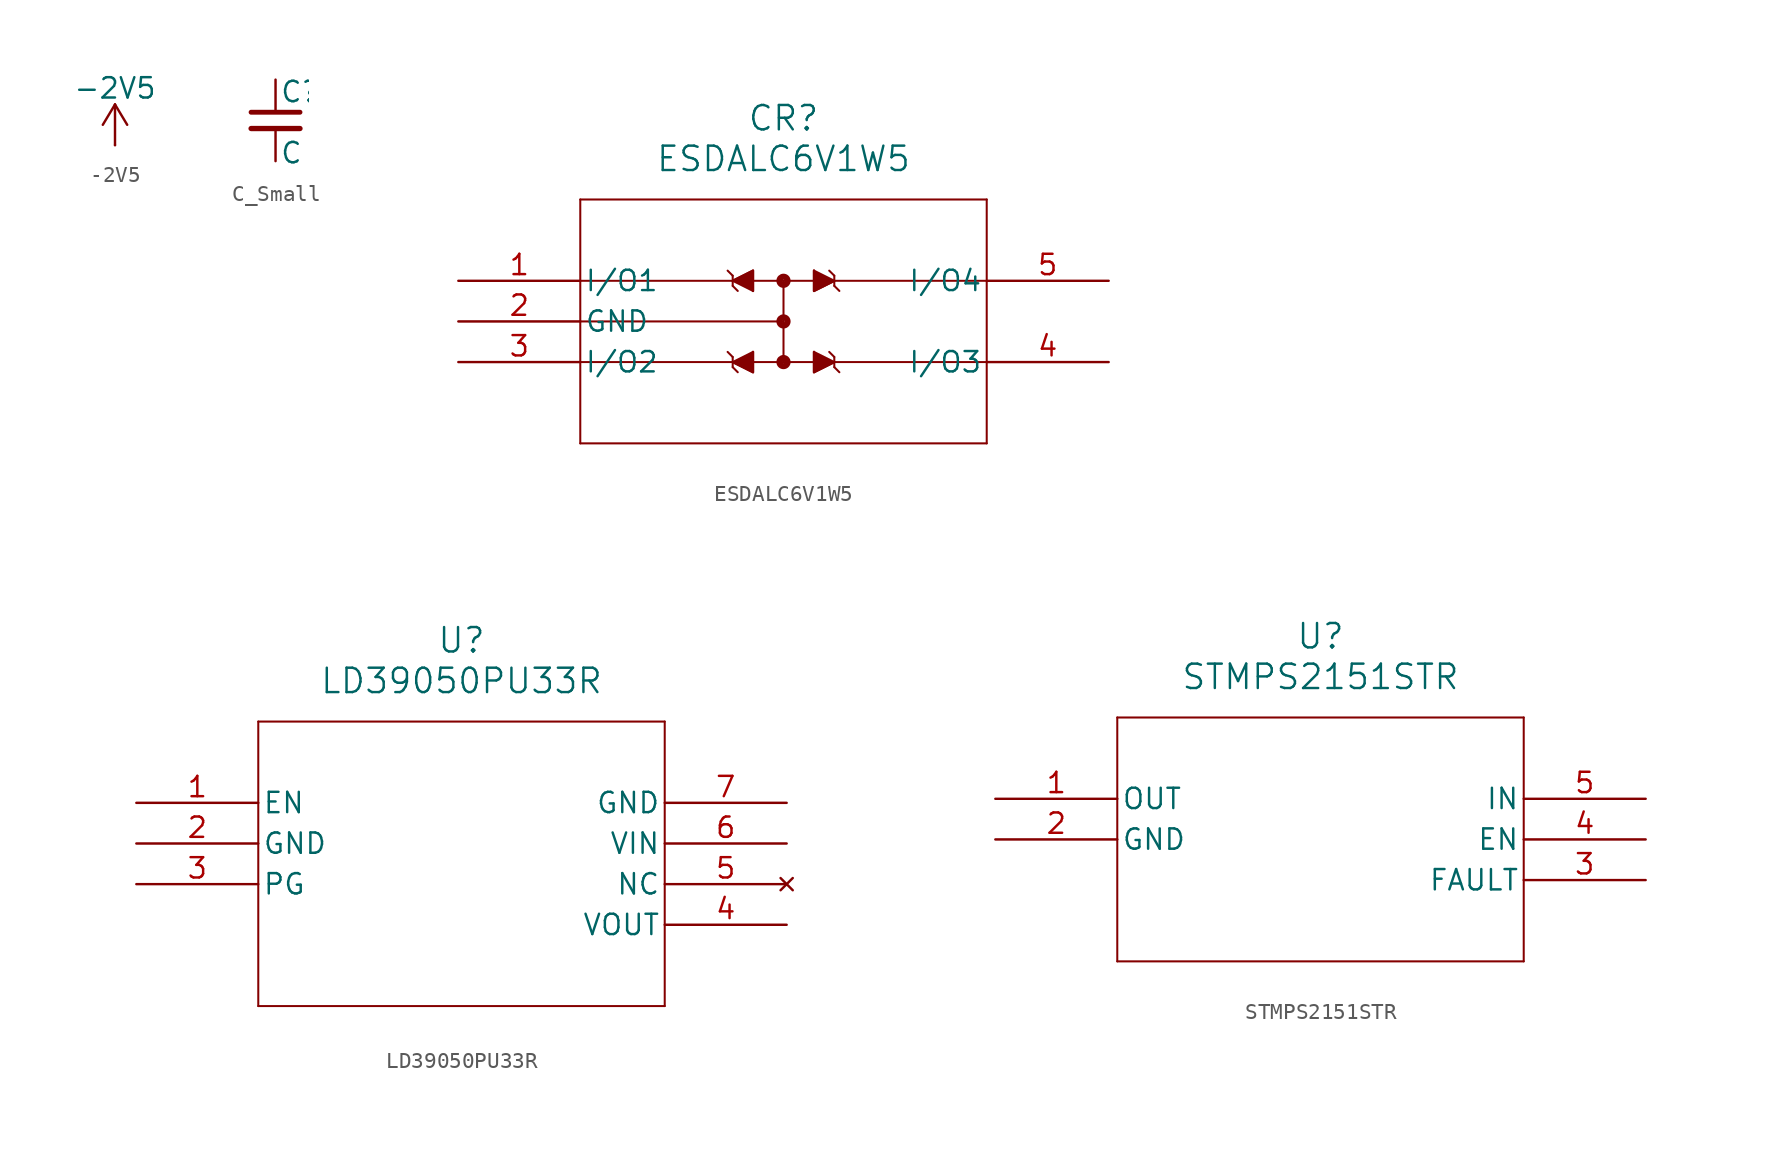
<source format=kicad_sym>
(kicad_symbol_lib
  (version 20231120)
  (generator "kicad_symbol_editor")
  (generator_version "8.0")
  (symbol "-2V5"
    (power)
    (pin_numbers hide)
    (pin_names
      (offset 0) hide)
    (property "Reference" "#PWR"
      (at 0 -3.81 0)
      (effects (font (size 1.27 1.27)) (hide yes)))
    (property "Value" "-2V5"
      (at 0 3.556 0)
      (effects (font (size 1.27 1.27))))
    (symbol "-2V5_0_1"
      (polyline (pts (xy -0.762 1.27) (xy 0 2.54)) (stroke (width 0) (type default)) (fill (type none)))
      (polyline (pts (xy 0 0) (xy 0 2.54)) (stroke (width 0) (type default)) (fill (type none)))
      (polyline (pts (xy 0 2.54) (xy 0.762 1.27)) (stroke (width 0) (type default)) (fill (type none))))
    (symbol "-2V5_1_1"
      (pin power_in line (at 0 0 90) (length 0) (name "~" (effects (font (size 1.27 1.27)))) (number "1" (effects (font (size 1.27 1.27)))))))
  (symbol "C_Small"
    (pin_numbers hide)
    (pin_names
      (offset 0.254) hide)
    (property "Reference" "C"
      (at 0.254 1.778 0)
      (effects (font (size 1.27 1.27)) (justify left)))
    (property "Value" "C"
      (at 0.254 -2.032 0)
      (effects (font (size 1.27 1.27)) (justify left)))
    (symbol "C_Small_0_1"
      (polyline (pts (xy -1.524 -0.508) (xy 1.524 -0.508)) (stroke (width 0.33) (type default)) (fill (type none)))
      (polyline (pts (xy -1.524 0.508) (xy 1.524 0.508)) (stroke (width 0.305) (type default)) (fill (type none))))
    (symbol "C_Small_1_1"
      (pin passive line (at 0 2.54 270) (length 2.032) (name "~" (effects (font (size 1.27 1.27)))) (number "1" (effects (font (size 1.27 1.27)))))
      (pin passive line (at 0 -2.54 90) (length 2.032) (name "~" (effects (font (size 1.27 1.27)))) (number "2" (effects (font (size 1.27 1.27)))))))
  (symbol "ESDALC6V1W5"
    (pin_names
      (offset 0.254))
    (property "Reference" "CR"
      (at 20.32 10.16 0)
      (effects (font (size 1.524 1.524))))
    (property "Value" "ESDALC6V1W5"
      (at 20.32 7.62 0)
      (effects (font (size 1.524 1.524))))
    (symbol "ESDALC6V1W5_0_1"
      (polyline (pts (xy 7.62 -10.16) (xy 33.02 -10.16)) (stroke (width 0.127) (type default)) (fill (type none)))
      (polyline (pts (xy 7.62 0) (xy 33.02 0)) (stroke (width 0.127) (type default)) (fill (type none)))
      (polyline (pts (xy 7.62 5.08) (xy 7.62 -10.16)) (stroke (width 0.127) (type default)) (fill (type none)))
      (polyline (pts (xy 17.145 -5.397) (xy 17.462 -5.715)) (stroke (width 0.127) (type default)) (fill (type none)))
      (polyline (pts (xy 17.145 -5.08) (xy 18.415 -4.445)) (stroke (width 0.127) (type default)) (fill (type none)))
      (polyline (pts (xy 17.145 -4.763) (xy 16.828 -4.445)) (stroke (width 0.127) (type default)) (fill (type none)))
      (polyline (pts (xy 17.145 -4.763) (xy 17.145 -5.397)) (stroke (width 0.127) (type default)) (fill (type none)))
      (polyline (pts (xy 17.145 -0.318) (xy 17.462 -0.635)) (stroke (width 0.127) (type default)) (fill (type none)))
      (polyline (pts (xy 17.145 0) (xy 18.415 0.635)) (stroke (width 0.127) (type default)) (fill (type none)))
      (polyline (pts (xy 17.145 0.318) (xy 16.828 0.635)) (stroke (width 0.127) (type default)) (fill (type none)))
      (polyline (pts (xy 17.145 0.318) (xy 17.145 -0.318)) (stroke (width 0.127) (type default)) (fill (type none)))
      (polyline (pts (xy 18.415 -5.715) (xy 17.145 -5.08)) (stroke (width 0.127) (type default)) (fill (type none)))
      (polyline (pts (xy 18.415 -4.445) (xy 18.415 -5.715)) (stroke (width 0.127) (type default)) (fill (type none)))
      (polyline (pts (xy 18.415 -0.635) (xy 17.145 0)) (stroke (width 0.127) (type default)) (fill (type none)))
      (polyline (pts (xy 18.415 0.635) (xy 18.415 -0.635)) (stroke (width 0.127) (type default)) (fill (type none)))
      (polyline (pts (xy 20.32 -2.54) (xy 7.62 -2.54)) (stroke (width 0.127) (type default)) (fill (type none)))
      (polyline (pts (xy 20.32 0) (xy 20.32 -5.08)) (stroke (width 0.127) (type default)) (fill (type none)))
      (polyline (pts (xy 22.225 -5.715) (xy 23.495 -5.08)) (stroke (width 0.127) (type default)) (fill (type none)))
      (polyline (pts (xy 22.225 -4.445) (xy 22.225 -5.715)) (stroke (width 0.127) (type default)) (fill (type none)))
      (polyline (pts (xy 22.225 -4.445) (xy 23.495 -5.08)) (stroke (width 0.127) (type default)) (fill (type none)))
      (polyline (pts (xy 22.225 -0.635) (xy 23.495 0)) (stroke (width 0.127) (type default)) (fill (type none)))
      (polyline (pts (xy 22.225 0.635) (xy 22.225 -0.635)) (stroke (width 0.127) (type default)) (fill (type none)))
      (polyline (pts (xy 22.225 0.635) (xy 23.495 0)) (stroke (width 0.127) (type default)) (fill (type none)))
      (polyline (pts (xy 23.495 -5.397) (xy 23.812 -5.715)) (stroke (width 0.127) (type default)) (fill (type none)))
      (polyline (pts (xy 23.495 -4.763) (xy 23.177 -4.445)) (stroke (width 0.127) (type default)) (fill (type none)))
      (polyline (pts (xy 23.495 -4.763) (xy 23.495 -5.397)) (stroke (width 0.127) (type default)) (fill (type none)))
      (polyline (pts (xy 23.495 -0.318) (xy 23.812 -0.635)) (stroke (width 0.127) (type default)) (fill (type none)))
      (polyline (pts (xy 23.495 0.318) (xy 23.177 0.635)) (stroke (width 0.127) (type default)) (fill (type none)))
      (polyline (pts (xy 23.495 0.318) (xy 23.495 -0.318)) (stroke (width 0.127) (type default)) (fill (type none)))
      (polyline (pts (xy 33.02 -10.16) (xy 33.02 5.08)) (stroke (width 0.127) (type default)) (fill (type none)))
      (polyline (pts (xy 33.02 -5.08) (xy 7.62 -5.08)) (stroke (width 0.127) (type default)) (fill (type none)))
      (polyline (pts (xy 33.02 5.08) (xy 7.62 5.08)) (stroke (width 0.127) (type default)) (fill (type none)))
      (polyline (pts (xy 17.145 0) (xy 18.415 0.635) (xy 18.415 -0.635)) (stroke (width 0) (type default)) (fill (type outline)))
      (polyline (pts (xy 18.415 -4.445) (xy 18.415 -5.715) (xy 17.145 -5.08)) (stroke (width 0) (type default)) (fill (type outline)))
      (polyline (pts (xy 22.225 -4.445) (xy 22.225 -5.715) (xy 23.495 -5.08)) (stroke (width 0) (type default)) (fill (type outline)))
      (polyline (pts (xy 22.225 0.635) (xy 22.225 -0.635) (xy 23.495 0)) (stroke (width 0) (type default)) (fill (type outline)))
      (circle (center 20.32 -5.08) (radius 0.254) (stroke (width 0.381) (type default)) (fill (type none)))
      (circle (center 20.32 -2.54) (radius 0.254) (stroke (width 0.381) (type default)) (fill (type none)))
      (circle (center 20.32 0) (radius 0.254) (stroke (width 0.381) (type default)) (fill (type none)))
      (pin unspecified line (at 0 0 0) (length 7.62) (name "I/O1" (effects (font (size 1.27 1.27)))) (number "1" (effects (font (size 1.27 1.27)))))
      (pin unspecified line (at 0 -2.54 0) (length 7.62) (name "GND" (effects (font (size 1.27 1.27)))) (number "2" (effects (font (size 1.27 1.27)))))
      (pin unspecified line (at 0 -5.08 0) (length 7.62) (name "I/O2" (effects (font (size 1.27 1.27)))) (number "3" (effects (font (size 1.27 1.27)))))
      (pin unspecified line (at 40.64 -5.08 180) (length 7.62) (name "I/O3" (effects (font (size 1.27 1.27)))) (number "4" (effects (font (size 1.27 1.27)))))
      (pin unspecified line (at 40.64 0 180) (length 7.62) (name "I/O4" (effects (font (size 1.27 1.27)))) (number "5" (effects (font (size 1.27 1.27)))))))
  (symbol "LD39050PU33R"
    (pin_names
      (offset 0.254))
    (property "Reference" "U"
      (at 20.32 10.16 0)
      (effects (font (size 1.524 1.524))))
    (property "Value" "LD39050PU33R"
      (at 20.32 7.62 0)
      (effects (font (size 1.524 1.524))))
    (symbol "LD39050PU33R_0_1"
      (polyline (pts (xy 7.62 -12.7) (xy 33.02 -12.7)) (stroke (width 0.127) (type default)) (fill (type none)))
      (polyline (pts (xy 7.62 5.08) (xy 7.62 -12.7)) (stroke (width 0.127) (type default)) (fill (type none)))
      (polyline (pts (xy 33.02 -12.7) (xy 33.02 5.08)) (stroke (width 0.127) (type default)) (fill (type none)))
      (polyline (pts (xy 33.02 5.08) (xy 7.62 5.08)) (stroke (width 0.127) (type default)) (fill (type none)))
      (pin input line (at 0 0 0) (length 7.62) (name "EN" (effects (font (size 1.27 1.27)))) (number "1" (effects (font (size 1.27 1.27)))))
      (pin power_in line (at 0 -2.54 0) (length 7.62) (name "GND" (effects (font (size 1.27 1.27)))) (number "2" (effects (font (size 1.27 1.27)))))
      (pin power_in line (at 0 -5.08 0) (length 7.62) (name "PG" (effects (font (size 1.27 1.27)))) (number "3" (effects (font (size 1.27 1.27)))))
      (pin output line (at 40.64 -7.62 180) (length 7.62) (name "VOUT" (effects (font (size 1.27 1.27)))) (number "4" (effects (font (size 1.27 1.27)))))
      (pin no_connect line (at 40.64 -5.08 180) (length 7.62) (name "NC" (effects (font (size 1.27 1.27)))) (number "5" (effects (font (size 1.27 1.27)))))
      (pin input line (at 40.64 -2.54 180) (length 7.62) (name "VIN" (effects (font (size 1.27 1.27)))) (number "6" (effects (font (size 1.27 1.27)))))
      (pin power_in line (at 40.64 0 180) (length 7.62) (name "GND" (effects (font (size 1.27 1.27)))) (number "7" (effects (font (size 1.27 1.27)))))))
  (symbol "STMPS2151STR"
    (pin_names
      (offset 0.254))
    (property "Reference" "U"
      (at 20.32 10.16 0)
      (effects (font (size 1.524 1.524))))
    (property "Value" "STMPS2151STR"
      (at 20.32 7.62 0)
      (effects (font (size 1.524 1.524))))
    (symbol "STMPS2151STR_0_1"
      (polyline (pts (xy 7.62 -10.16) (xy 33.02 -10.16)) (stroke (width 0.127) (type default)) (fill (type none)))
      (polyline (pts (xy 7.62 5.08) (xy 7.62 -10.16)) (stroke (width 0.127) (type default)) (fill (type none)))
      (polyline (pts (xy 33.02 -10.16) (xy 33.02 5.08)) (stroke (width 0.127) (type default)) (fill (type none)))
      (polyline (pts (xy 33.02 5.08) (xy 7.62 5.08)) (stroke (width 0.127) (type default)) (fill (type none)))
      (pin output line (at 0 0 0) (length 7.62) (name "OUT" (effects (font (size 1.27 1.27)))) (number "1" (effects (font (size 1.27 1.27)))))
      (pin power_out line (at 0 -2.54 0) (length 7.62) (name "GND" (effects (font (size 1.27 1.27)))) (number "2" (effects (font (size 1.27 1.27)))))
      (pin output line (at 40.64 -5.08 180) (length 7.62) (name "FAULT" (effects (font (size 1.27 1.27)))) (number "3" (effects (font (size 1.27 1.27)))))
      (pin input line (at 40.64 -2.54 180) (length 7.62) (name "EN" (effects (font (size 1.27 1.27)))) (number "4" (effects (font (size 1.27 1.27)))))
      (pin power_in line (at 40.64 0 180) (length 7.62) (name "IN" (effects (font (size 1.27 1.27)))) (number "5" (effects (font (size 1.27 1.27))))))))
</source>
